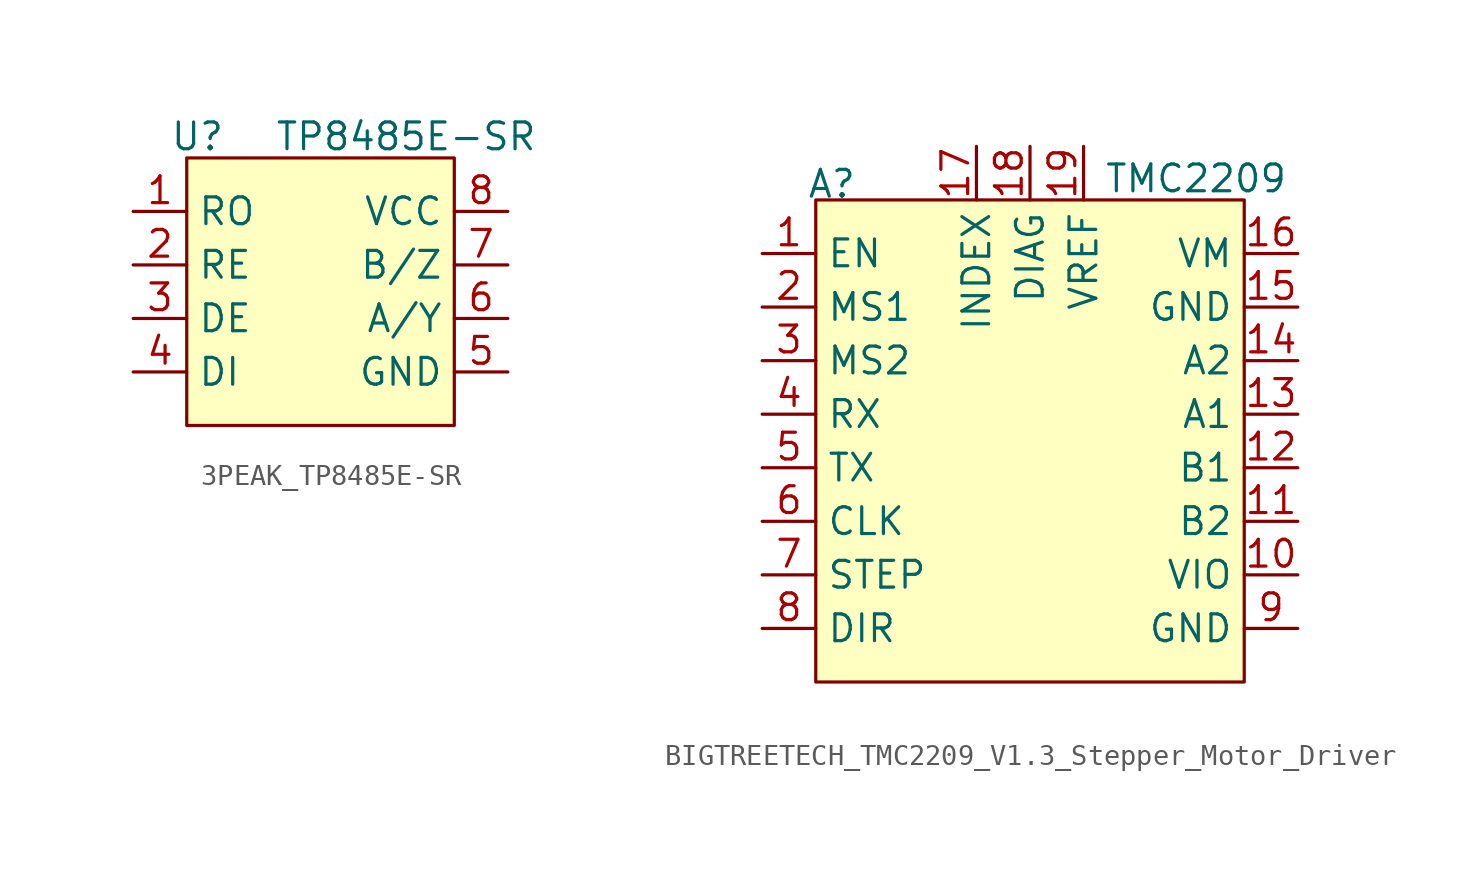
<source format=kicad_sym>
(kicad_symbol_lib
  (version 20241209)
  (generator "kicad_symbol_editor")
  (generator_version "9.0")
  (symbol "3PEAK_TP8485E-SR"
    (property "Reference" "U"
      (at 0.508 1.016 0)
      (effects (font (size 1.27 1.27))))
    (property "Value" "TP8485E-SR"
      (at 10.414 1.016 0)
      (effects (font (size 1.27 1.27))))
    (symbol "3PEAK_TP8485E-SR_0_0"
      (pin output line (at -2.54 -2.54 0) (length 2.54) (name "RO" (effects (font (size 1.27 1.27)))) (number "1" (effects (font (size 1.27 1.27)))))
      (pin input line (at -2.54 -5.08 0) (length 2.54) (name "RE" (effects (font (size 1.27 1.27)))) (number "2" (effects (font (size 1.27 1.27)))))
      (pin input line (at -2.54 -7.62 0) (length 2.54) (name "DE" (effects (font (size 1.27 1.27)))) (number "3" (effects (font (size 1.27 1.27)))))
      (pin input line (at -2.54 -10.16 0) (length 2.54) (name "DI" (effects (font (size 1.27 1.27)))) (number "4" (effects (font (size 1.27 1.27)))))
      (pin power_in line (at 15.24 -2.54 180) (length 2.54) (name "VCC" (effects (font (size 1.27 1.27)))) (number "8" (effects (font (size 1.27 1.27)))))
      (pin bidirectional line (at 15.24 -5.08 180) (length 2.54) (name "B/Z" (effects (font (size 1.27 1.27)))) (number "7" (effects (font (size 1.27 1.27)))))
      (pin bidirectional line (at 15.24 -7.62 180) (length 2.54) (name "A/Y" (effects (font (size 1.27 1.27)))) (number "6" (effects (font (size 1.27 1.27)))))
      (pin power_out line (at 15.24 -10.16 180) (length 2.54) (name "GND" (effects (font (size 1.27 1.27)))) (number "5" (effects (font (size 1.27 1.27))))))
    (symbol "3PEAK_TP8485E-SR_1_1"
      (rectangle (start 0 0) (end 12.7 -12.7) (stroke (width 0) (type solid)) (fill (type color) (color 255 255 194 1)))))
  (symbol "BIGTREETECH_TMC2209_V1.3_Stepper_Motor_Driver"
    (property "Reference" "A"
      (at 0.762 0.762 0)
      (effects (font (size 1.27 1.27))))
    (property "Value" "TMC2209"
      (at 18.034 1.016 0)
      (effects (font (size 1.27 1.27))))
    (symbol "BIGTREETECH_TMC2209_V1.3_Stepper_Motor_Driver_0_0"
      (pin unspecified line (at -2.54 -2.54 0) (length 2.54) (name "EN" (effects (font (size 1.27 1.27)))) (number "1" (effects (font (size 1.27 1.27)))))
      (pin unspecified line (at -2.54 -5.08 0) (length 2.54) (name "MS1" (effects (font (size 1.27 1.27)))) (number "2" (effects (font (size 1.27 1.27)))))
      (pin unspecified line (at -2.54 -7.62 0) (length 2.54) (name "MS2" (effects (font (size 1.27 1.27)))) (number "3" (effects (font (size 1.27 1.27)))))
      (pin unspecified line (at -2.54 -10.16 0) (length 2.54) (name "RX" (effects (font (size 1.27 1.27)))) (number "4" (effects (font (size 1.27 1.27)))))
      (pin unspecified line (at -2.54 -12.7 0) (length 2.54) (name "TX" (effects (font (size 1.27 1.27)))) (number "5" (effects (font (size 1.27 1.27)))))
      (pin unspecified line (at -2.54 -15.24 0) (length 2.54) (name "CLK" (effects (font (size 1.27 1.27)))) (number "6" (effects (font (size 1.27 1.27)))))
      (pin unspecified line (at -2.54 -17.78 0) (length 2.54) (name "STEP" (effects (font (size 1.27 1.27)))) (number "7" (effects (font (size 1.27 1.27)))))
      (pin unspecified line (at -2.54 -20.32 0) (length 2.54) (name "DIR" (effects (font (size 1.27 1.27)))) (number "8" (effects (font (size 1.27 1.27)))))
      (pin unspecified line (at 7.62 2.54 270) (length 2.54) (name "INDEX" (effects (font (size 1.27 1.27)))) (number "17" (effects (font (size 1.27 1.27)))))
      (pin unspecified line (at 10.16 2.54 270) (length 2.54) (name "DIAG" (effects (font (size 1.27 1.27)))) (number "18" (effects (font (size 1.27 1.27)))))
      (pin output line (at 12.7 2.54 270) (length 2.54) (name "VREF" (effects (font (size 1.27 1.27)))) (number "19" (effects (font (size 1.27 1.27)))))
      (pin unspecified line (at 22.86 -2.54 180) (length 2.54) (name "VM" (effects (font (size 1.27 1.27)))) (number "16" (effects (font (size 1.27 1.27)))))
      (pin unspecified line (at 22.86 -5.08 180) (length 2.54) (name "GND" (effects (font (size 1.27 1.27)))) (number "15" (effects (font (size 1.27 1.27)))))
      (pin unspecified line (at 22.86 -7.62 180) (length 2.54) (name "A2" (effects (font (size 1.27 1.27)))) (number "14" (effects (font (size 1.27 1.27)))))
      (pin unspecified line (at 22.86 -10.16 180) (length 2.54) (name "A1" (effects (font (size 1.27 1.27)))) (number "13" (effects (font (size 1.27 1.27)))))
      (pin unspecified line (at 22.86 -12.7 180) (length 2.54) (name "B1" (effects (font (size 1.27 1.27)))) (number "12" (effects (font (size 1.27 1.27)))))
      (pin unspecified line (at 22.86 -15.24 180) (length 2.54) (name "B2" (effects (font (size 1.27 1.27)))) (number "11" (effects (font (size 1.27 1.27)))))
      (pin unspecified line (at 22.86 -17.78 180) (length 2.54) (name "VIO" (effects (font (size 1.27 1.27)))) (number "10" (effects (font (size 1.27 1.27)))))
      (pin unspecified line (at 22.86 -20.32 180) (length 2.54) (name "GND" (effects (font (size 1.27 1.27)))) (number "9" (effects (font (size 1.27 1.27))))))
    (symbol "BIGTREETECH_TMC2209_V1.3_Stepper_Motor_Driver_1_1"
      (rectangle (start 0 0) (end 20.32 -22.86) (stroke (width 0) (type solid)) (fill (type color) (color 255 255 194 1))))))
</source>
